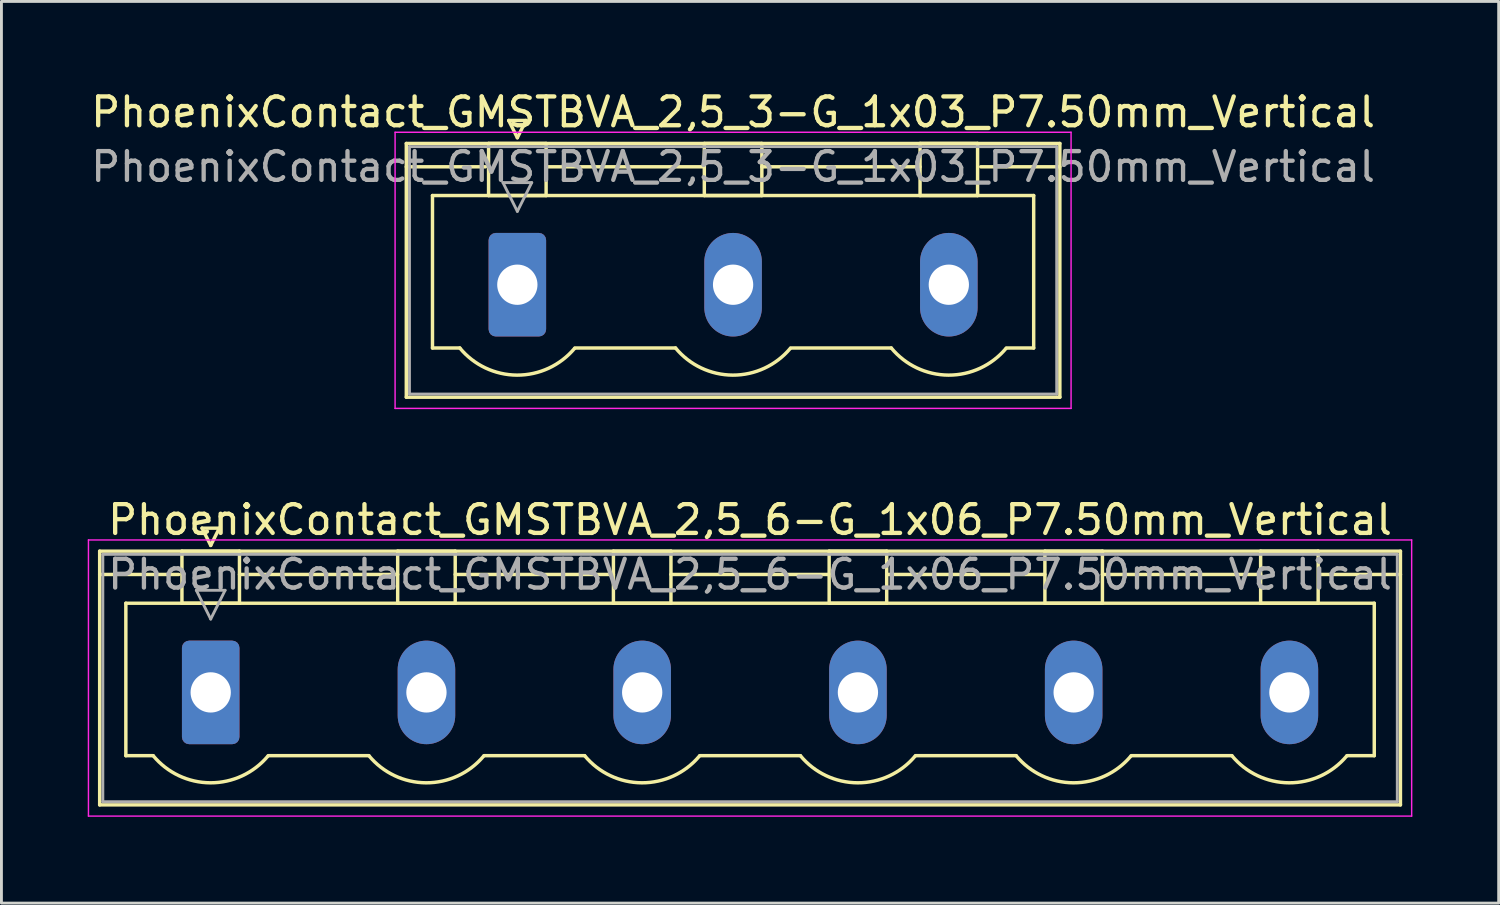
<source format=kicad_pcb>
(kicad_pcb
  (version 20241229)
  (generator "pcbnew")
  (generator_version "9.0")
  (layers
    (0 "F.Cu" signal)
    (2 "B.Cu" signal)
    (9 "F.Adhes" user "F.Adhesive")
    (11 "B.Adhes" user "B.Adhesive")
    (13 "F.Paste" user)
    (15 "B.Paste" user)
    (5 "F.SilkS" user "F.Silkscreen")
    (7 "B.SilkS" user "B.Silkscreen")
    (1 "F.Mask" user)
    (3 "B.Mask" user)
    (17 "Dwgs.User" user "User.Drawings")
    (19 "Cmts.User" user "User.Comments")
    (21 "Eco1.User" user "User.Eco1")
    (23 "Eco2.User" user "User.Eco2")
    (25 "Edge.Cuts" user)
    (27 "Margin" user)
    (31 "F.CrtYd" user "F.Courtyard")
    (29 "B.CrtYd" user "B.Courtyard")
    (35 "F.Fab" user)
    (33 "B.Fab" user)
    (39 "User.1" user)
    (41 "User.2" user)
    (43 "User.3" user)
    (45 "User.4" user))
  (footprint "PhoenixContact_GMSTBVA_2,5_6-G_1x06_P7.50mm_Vertical"
    (layer "F.Cu")
    (at 4.275 21.021)
    (property "Reference" "PhoenixContact_GMSTBVA_2,5_6-G_1x06_P7.50mm_Vertical" (at 18.75 -6 0) (layer "F.SilkS") (effects (font (size 1 1) (thickness 0.15))))
    (attr through_hole)
    (fp_line (start -3.86 -4.91) (end -3.86 3.91) (stroke (width 0.12) (type solid)) (layer "F.SilkS"))
    (fp_line (start -3.86 -4.1) (end -1.11 -4.1) (stroke (width 0.12) (type solid)) (layer "F.SilkS"))
    (fp_line (start -3.86 3.91) (end 41.36 3.91) (stroke (width 0.12) (type solid)) (layer "F.SilkS"))
    (fp_line (start -2.95 -3.1) (end 40.45 -3.1) (stroke (width 0.12) (type solid)) (layer "F.SilkS"))
    (fp_line (start -2.95 2.2) (end -2.95 -3.1) (stroke (width 0.12) (type solid)) (layer "F.SilkS"))
    (fp_line (start -2 2.2) (end -2.95 2.2) (stroke (width 0.12) (type solid)) (layer "F.SilkS"))
    (fp_line (start -1 -4.91) (end 1 -4.91) (stroke (width 0.12) (type solid)) (layer "F.SilkS"))
    (fp_line (start -1 -3.1) (end -1 -4.91) (stroke (width 0.12) (type solid)) (layer "F.SilkS"))
    (fp_line (start -0.3 -5.71) (end 0.3 -5.71) (stroke (width 0.12) (type solid)) (layer "F.SilkS"))
    (fp_line (start 0 -5.11) (end -0.3 -5.71) (stroke (width 0.12) (type solid)) (layer "F.SilkS"))
    (fp_line (start 0.3 -5.71) (end 0 -5.11) (stroke (width 0.12) (type solid)) (layer "F.SilkS"))
    (fp_line (start 1 -4.91) (end 1 -3.1) (stroke (width 0.12) (type solid)) (layer "F.SilkS"))
    (fp_line (start 1 -4.1) (end 6.5 -4.1) (stroke (width 0.12) (type solid)) (layer "F.SilkS"))
    (fp_line (start 1 -3.1) (end -1 -3.1) (stroke (width 0.12) (type solid)) (layer "F.SilkS"))
    (fp_line (start 2 2.2) (end 5.5 2.2) (stroke (width 0.12) (type solid)) (layer "F.SilkS"))
    (fp_line (start 6.5 -4.91) (end 8.5 -4.91) (stroke (width 0.12) (type solid)) (layer "F.SilkS"))
    (fp_line (start 6.5 -3.1) (end 6.5 -4.91) (stroke (width 0.12) (type solid)) (layer "F.SilkS"))
    (fp_line (start 8.5 -4.91) (end 8.5 -3.1) (stroke (width 0.12) (type solid)) (layer "F.SilkS"))
    (fp_line (start 8.5 -4.1) (end 14 -4.1) (stroke (width 0.12) (type solid)) (layer "F.SilkS"))
    (fp_line (start 8.5 -3.1) (end 6.5 -3.1) (stroke (width 0.12) (type solid)) (layer "F.SilkS"))
    (fp_line (start 9.5 2.2) (end 13 2.2) (stroke (width 0.12) (type solid)) (layer "F.SilkS"))
    (fp_line (start 14 -4.91) (end 16 -4.91) (stroke (width 0.12) (type solid)) (layer "F.SilkS"))
    (fp_line (start 14 -3.1) (end 14 -4.91) (stroke (width 0.12) (type solid)) (layer "F.SilkS"))
    (fp_line (start 16 -4.91) (end 16 -3.1) (stroke (width 0.12) (type solid)) (layer "F.SilkS"))
    (fp_line (start 16 -4.1) (end 21.5 -4.1) (stroke (width 0.12) (type solid)) (layer "F.SilkS"))
    (fp_line (start 16 -3.1) (end 14 -3.1) (stroke (width 0.12) (type solid)) (layer "F.SilkS"))
    (fp_line (start 17 2.2) (end 20.5 2.2) (stroke (width 0.12) (type solid)) (layer "F.SilkS"))
    (fp_line (start 21.5 -4.91) (end 23.5 -4.91) (stroke (width 0.12) (type solid)) (layer "F.SilkS"))
    (fp_line (start 21.5 -3.1) (end 21.5 -4.91) (stroke (width 0.12) (type solid)) (layer "F.SilkS"))
    (fp_line (start 23.5 -4.91) (end 23.5 -3.1) (stroke (width 0.12) (type solid)) (layer "F.SilkS"))
    (fp_line (start 23.5 -4.1) (end 29 -4.1) (stroke (width 0.12) (type solid)) (layer "F.SilkS"))
    (fp_line (start 23.5 -3.1) (end 21.5 -3.1) (stroke (width 0.12) (type solid)) (layer "F.SilkS"))
    (fp_line (start 24.5 2.2) (end 28 2.2) (stroke (width 0.12) (type solid)) (layer "F.SilkS"))
    (fp_line (start 29 -4.91) (end 31 -4.91) (stroke (width 0.12) (type solid)) (layer "F.SilkS"))
    (fp_line (start 29 -3.1) (end 29 -4.91) (stroke (width 0.12) (type solid)) (layer "F.SilkS"))
    (fp_line (start 31 -4.91) (end 31 -3.1) (stroke (width 0.12) (type solid)) (layer "F.SilkS"))
    (fp_line (start 31 -4.1) (end 36.5 -4.1) (stroke (width 0.12) (type solid)) (layer "F.SilkS"))
    (fp_line (start 31 -3.1) (end 29 -3.1) (stroke (width 0.12) (type solid)) (layer "F.SilkS"))
    (fp_line (start 32 2.2) (end 35.5 2.2) (stroke (width 0.12) (type solid)) (layer "F.SilkS"))
    (fp_line (start 36.5 -4.91) (end 38.5 -4.91) (stroke (width 0.12) (type solid)) (layer "F.SilkS"))
    (fp_line (start 36.5 -3.1) (end 36.5 -4.91) (stroke (width 0.12) (type solid)) (layer "F.SilkS"))
    (fp_line (start 38.5 -4.91) (end 38.5 -3.1) (stroke (width 0.12) (type solid)) (layer "F.SilkS"))
    (fp_line (start 38.5 -3.1) (end 36.5 -3.1) (stroke (width 0.12) (type solid)) (layer "F.SilkS"))
    (fp_line (start 40.45 -3.1) (end 40.45 2.2) (stroke (width 0.12) (type solid)) (layer "F.SilkS"))
    (fp_line (start 40.45 2.2) (end 39.5 2.2) (stroke (width 0.12) (type solid)) (layer "F.SilkS"))
    (fp_line (start 41.36 -4.91) (end -3.86 -4.91) (stroke (width 0.12) (type solid)) (layer "F.SilkS"))
    (fp_line (start 41.36 -4.1) (end 38.61 -4.1) (stroke (width 0.12) (type solid)) (layer "F.SilkS"))
    (fp_line (start 41.36 3.91) (end 41.36 -4.91) (stroke (width 0.12) (type solid)) (layer "F.SilkS"))
    (fp_arc (start 1.986842 2.215821) (mid -0.010289 3.142758) (end -2 2.2) (stroke (width 0.12) (type solid)) (layer "F.SilkS"))
    (fp_arc (start 9.486842 2.215821) (mid 7.489711 3.142758) (end 5.5 2.2) (stroke (width 0.12) (type solid)) (layer "F.SilkS"))
    (fp_arc (start 16.986842 2.215821) (mid 14.989711 3.142758) (end 13 2.2) (stroke (width 0.12) (type solid)) (layer "F.SilkS"))
    (fp_arc (start 24.486842 2.215821) (mid 22.489711 3.142758) (end 20.5 2.2) (stroke (width 0.12) (type solid)) (layer "F.SilkS"))
    (fp_arc (start 31.986842 2.215821) (mid 29.989711 3.142758) (end 28 2.2) (stroke (width 0.12) (type solid)) (layer "F.SilkS"))
    (fp_arc (start 39.486842 2.215821) (mid 37.489711 3.142758) (end 35.5 2.2) (stroke (width 0.12) (type solid)) (layer "F.SilkS"))
    (fp_line (start -4.25 -5.3) (end -4.25 4.3) (stroke (width 0.05) (type solid)) (layer "F.CrtYd"))
    (fp_line (start -4.25 4.3) (end 41.75 4.3) (stroke (width 0.05) (type solid)) (layer "F.CrtYd"))
    (fp_line (start 41.75 -5.3) (end -4.25 -5.3) (stroke (width 0.05) (type solid)) (layer "F.CrtYd"))
    (fp_line (start 41.75 4.3) (end 41.75 -5.3) (stroke (width 0.05) (type solid)) (layer "F.CrtYd"))
    (fp_line (start -3.75 -4.8) (end -3.75 3.8) (stroke (width 0.1) (type solid)) (layer "F.Fab"))
    (fp_line (start -3.75 3.8) (end 41.25 3.8) (stroke (width 0.1) (type solid)) (layer "F.Fab"))
    (fp_line (start -0.5 -3.55) (end 0.5 -3.55) (stroke (width 0.1) (type solid)) (layer "F.Fab"))
    (fp_line (start 0 -2.55) (end -0.5 -3.55) (stroke (width 0.1) (type solid)) (layer "F.Fab"))
    (fp_line (start 0.5 -3.55) (end 0 -2.55) (stroke (width 0.1) (type solid)) (layer "F.Fab"))
    (fp_line (start 41.25 -4.8) (end -3.75 -4.8) (stroke (width 0.1) (type solid)) (layer "F.Fab"))
    (fp_line (start 41.25 3.8) (end 41.25 -4.8) (stroke (width 0.1) (type solid)) (layer "F.Fab"))
    (fp_text user "${REFERENCE}" (at 18.75 -4.1 0) (layer "F.Fab") (effects (font (size 1 1) (thickness 0.15))))
    (pad "1" thru_hole roundrect (at 0 0) (size 2 3.6) (drill 1.4) (layers "*.Cu" "*.Mask") (roundrect_rratio 0.125))
    (pad "2" thru_hole oval (at 7.5 0) (size 2 3.6) (drill 1.4) (layers "*.Cu" "*.Mask"))
    (pad "3" thru_hole oval (at 15 0) (size 2 3.6) (drill 1.4) (layers "*.Cu" "*.Mask"))
    (pad "4" thru_hole oval (at 22.5 0) (size 2 3.6) (drill 1.4) (layers "*.Cu" "*.Mask"))
    (pad "5" thru_hole oval (at 30 0) (size 2 3.6) (drill 1.4) (layers "*.Cu" "*.Mask"))
    (pad "6" thru_hole oval (at 37.5 0) (size 2 3.6) (drill 1.4) (layers "*.Cu" "*.Mask")))
  (footprint "PhoenixContact_GMSTBVA_2,5_3-G_1x03_P7.50mm_Vertical"
    (layer "F.Cu")
    (at 14.935 6.848)
    (property "Reference" "PhoenixContact_GMSTBVA_2,5_3-G_1x03_P7.50mm_Vertical" (at 7.5 -6 0) (layer "F.SilkS") (effects (font (size 1 1) (thickness 0.15))))
    (attr through_hole)
    (fp_line (start -3.86 -4.91) (end -3.86 3.91) (stroke (width 0.12) (type solid)) (layer "F.SilkS"))
    (fp_line (start -3.86 -4.1) (end -1.11 -4.1) (stroke (width 0.12) (type solid)) (layer "F.SilkS"))
    (fp_line (start -3.86 3.91) (end 18.86 3.91) (stroke (width 0.12) (type solid)) (layer "F.SilkS"))
    (fp_line (start -2.95 -3.1) (end 17.95 -3.1) (stroke (width 0.12) (type solid)) (layer "F.SilkS"))
    (fp_line (start -2.95 2.2) (end -2.95 -3.1) (stroke (width 0.12) (type solid)) (layer "F.SilkS"))
    (fp_line (start -2 2.2) (end -2.95 2.2) (stroke (width 0.12) (type solid)) (layer "F.SilkS"))
    (fp_line (start -1 -4.91) (end 1 -4.91) (stroke (width 0.12) (type solid)) (layer "F.SilkS"))
    (fp_line (start -1 -3.1) (end -1 -4.91) (stroke (width 0.12) (type solid)) (layer "F.SilkS"))
    (fp_line (start -0.3 -5.71) (end 0.3 -5.71) (stroke (width 0.12) (type solid)) (layer "F.SilkS"))
    (fp_line (start 0 -5.11) (end -0.3 -5.71) (stroke (width 0.12) (type solid)) (layer "F.SilkS"))
    (fp_line (start 0.3 -5.71) (end 0 -5.11) (stroke (width 0.12) (type solid)) (layer "F.SilkS"))
    (fp_line (start 1 -4.91) (end 1 -3.1) (stroke (width 0.12) (type solid)) (layer "F.SilkS"))
    (fp_line (start 1 -4.1) (end 6.5 -4.1) (stroke (width 0.12) (type solid)) (layer "F.SilkS"))
    (fp_line (start 1 -3.1) (end -1 -3.1) (stroke (width 0.12) (type solid)) (layer "F.SilkS"))
    (fp_line (start 2 2.2) (end 5.5 2.2) (stroke (width 0.12) (type solid)) (layer "F.SilkS"))
    (fp_line (start 6.5 -4.91) (end 8.5 -4.91) (stroke (width 0.12) (type solid)) (layer "F.SilkS"))
    (fp_line (start 6.5 -3.1) (end 6.5 -4.91) (stroke (width 0.12) (type solid)) (layer "F.SilkS"))
    (fp_line (start 8.5 -4.91) (end 8.5 -3.1) (stroke (width 0.12) (type solid)) (layer "F.SilkS"))
    (fp_line (start 8.5 -4.1) (end 14 -4.1) (stroke (width 0.12) (type solid)) (layer "F.SilkS"))
    (fp_line (start 8.5 -3.1) (end 6.5 -3.1) (stroke (width 0.12) (type solid)) (layer "F.SilkS"))
    (fp_line (start 9.5 2.2) (end 13 2.2) (stroke (width 0.12) (type solid)) (layer "F.SilkS"))
    (fp_line (start 14 -4.91) (end 16 -4.91) (stroke (width 0.12) (type solid)) (layer "F.SilkS"))
    (fp_line (start 14 -3.1) (end 14 -4.91) (stroke (width 0.12) (type solid)) (layer "F.SilkS"))
    (fp_line (start 16 -4.91) (end 16 -3.1) (stroke (width 0.12) (type solid)) (layer "F.SilkS"))
    (fp_line (start 16 -3.1) (end 14 -3.1) (stroke (width 0.12) (type solid)) (layer "F.SilkS"))
    (fp_line (start 17.95 -3.1) (end 17.95 2.2) (stroke (width 0.12) (type solid)) (layer "F.SilkS"))
    (fp_line (start 17.95 2.2) (end 17 2.2) (stroke (width 0.12) (type solid)) (layer "F.SilkS"))
    (fp_line (start 18.86 -4.91) (end -3.86 -4.91) (stroke (width 0.12) (type solid)) (layer "F.SilkS"))
    (fp_line (start 18.86 -4.1) (end 16.11 -4.1) (stroke (width 0.12) (type solid)) (layer "F.SilkS"))
    (fp_line (start 18.86 3.91) (end 18.86 -4.91) (stroke (width 0.12) (type solid)) (layer "F.SilkS"))
    (fp_arc (start 1.986842 2.215821) (mid -0.010289 3.142758) (end -2 2.2) (stroke (width 0.12) (type solid)) (layer "F.SilkS"))
    (fp_arc (start 9.486842 2.215821) (mid 7.489711 3.142758) (end 5.5 2.2) (stroke (width 0.12) (type solid)) (layer "F.SilkS"))
    (fp_arc (start 16.986842 2.215821) (mid 14.989711 3.142758) (end 13 2.2) (stroke (width 0.12) (type solid)) (layer "F.SilkS"))
    (fp_line (start -4.25 -5.3) (end -4.25 4.3) (stroke (width 0.05) (type solid)) (layer "F.CrtYd"))
    (fp_line (start -4.25 4.3) (end 19.25 4.3) (stroke (width 0.05) (type solid)) (layer "F.CrtYd"))
    (fp_line (start 19.25 -5.3) (end -4.25 -5.3) (stroke (width 0.05) (type solid)) (layer "F.CrtYd"))
    (fp_line (start 19.25 4.3) (end 19.25 -5.3) (stroke (width 0.05) (type solid)) (layer "F.CrtYd"))
    (fp_line (start -3.75 -4.8) (end -3.75 3.8) (stroke (width 0.1) (type solid)) (layer "F.Fab"))
    (fp_line (start -3.75 3.8) (end 18.75 3.8) (stroke (width 0.1) (type solid)) (layer "F.Fab"))
    (fp_line (start -0.5 -3.55) (end 0.5 -3.55) (stroke (width 0.1) (type solid)) (layer "F.Fab"))
    (fp_line (start 0 -2.55) (end -0.5 -3.55) (stroke (width 0.1) (type solid)) (layer "F.Fab"))
    (fp_line (start 0.5 -3.55) (end 0 -2.55) (stroke (width 0.1) (type solid)) (layer "F.Fab"))
    (fp_line (start 18.75 -4.8) (end -3.75 -4.8) (stroke (width 0.1) (type solid)) (layer "F.Fab"))
    (fp_line (start 18.75 3.8) (end 18.75 -4.8) (stroke (width 0.1) (type solid)) (layer "F.Fab"))
    (fp_text user "${REFERENCE}" (at 7.5 -4.1 0) (layer "F.Fab") (effects (font (size 1 1) (thickness 0.15))))
    (pad "1" thru_hole roundrect (at 0 0) (size 2 3.6) (drill 1.4) (layers "*.Cu" "*.Mask") (roundrect_rratio 0.125))
    (pad "2" thru_hole oval (at 7.5 0) (size 2 3.6) (drill 1.4) (layers "*.Cu" "*.Mask"))
    (pad "3" thru_hole oval (at 15 0) (size 2 3.6) (drill 1.4) (layers "*.Cu" "*.Mask")))
  (gr_rect
    (start -3 -3)
    (end 49.05 28.346)
    (stroke (width 0.1) (type default))
    (fill no)
    (layer "Edge.Cuts")))
</source>
